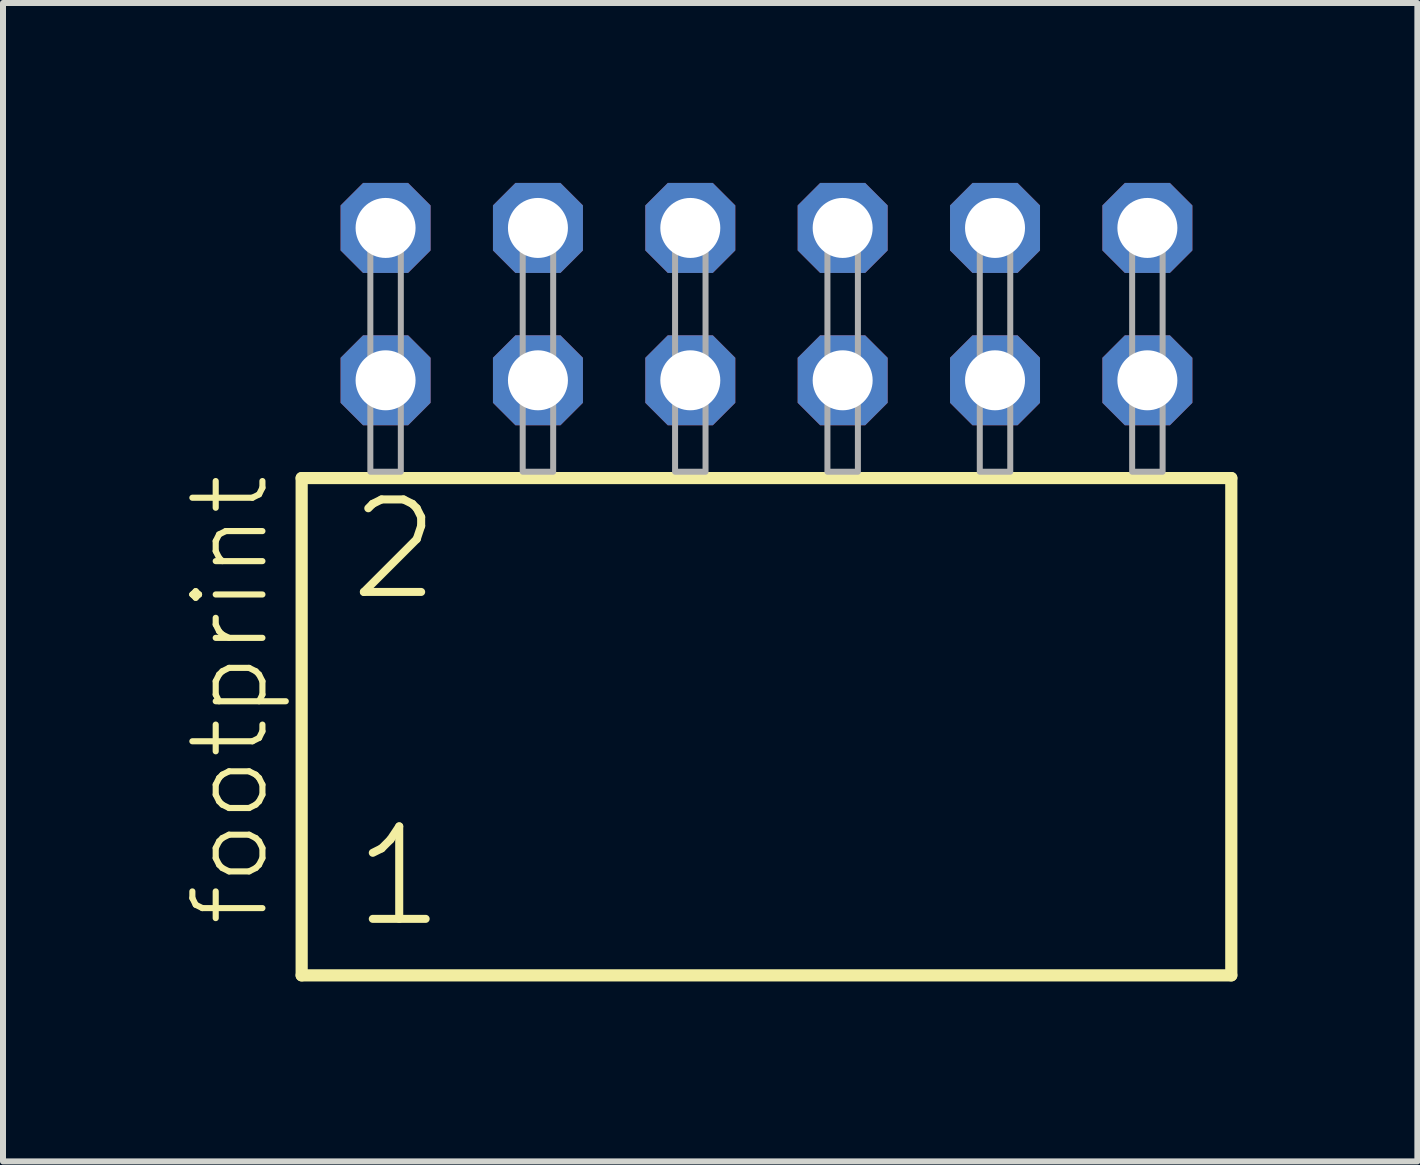
<source format=kicad_pcb>
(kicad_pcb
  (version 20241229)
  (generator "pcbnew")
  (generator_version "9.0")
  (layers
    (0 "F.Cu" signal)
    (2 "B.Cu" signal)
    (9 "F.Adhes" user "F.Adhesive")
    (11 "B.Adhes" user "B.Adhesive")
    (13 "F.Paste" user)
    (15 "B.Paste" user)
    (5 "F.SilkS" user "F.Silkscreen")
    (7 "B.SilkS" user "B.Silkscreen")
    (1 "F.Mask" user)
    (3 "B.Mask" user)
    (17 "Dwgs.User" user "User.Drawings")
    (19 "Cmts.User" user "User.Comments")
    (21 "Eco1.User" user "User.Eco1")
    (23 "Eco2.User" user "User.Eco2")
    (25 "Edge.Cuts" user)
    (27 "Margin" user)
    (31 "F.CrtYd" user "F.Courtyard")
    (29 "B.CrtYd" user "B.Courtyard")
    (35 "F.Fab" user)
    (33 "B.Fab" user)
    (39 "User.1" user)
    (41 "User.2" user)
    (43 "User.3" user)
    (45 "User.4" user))
  (footprint "footprint"
    (layer "F.Cu")
    (at 9.728 4.814)
    (property "Reference" "footprint" (at -8.255 7.62 90) (layer "F.SilkS") (effects (font (size 1.168 1.168) (thickness 0.102)) (justify left bottom)))
    (fp_line (start -7.749 0.106) (end -7.749 8.396) (stroke (width 0.203) (type solid)) (layer "F.SilkS"))
    (fp_line (start -7.749 8.396) (end 7.749 8.396) (stroke (width 0.203) (type solid)) (layer "F.SilkS"))
    (fp_line (start 7.749 0.106) (end -7.749 0.106) (stroke (width 0.203) (type solid)) (layer "F.SilkS"))
    (fp_line (start 7.749 8.396) (end 7.749 0.106) (stroke (width 0.203) (type solid)) (layer "F.SilkS"))
    (fp_poly (pts (xy -6.604 0) (xy -6.096 0) (xy -6.096 -4.318) (xy -6.604 -4.318)) (stroke (width 0.1) (type solid)) (fill no) (layer "F.Fab"))
    (fp_poly (pts (xy -4.064 0) (xy -3.556 0) (xy -3.556 -4.318) (xy -4.064 -4.318)) (stroke (width 0.1) (type solid)) (fill no) (layer "F.Fab"))
    (fp_poly (pts (xy -1.524 0) (xy -1.016 0) (xy -1.016 -4.318) (xy -1.524 -4.318)) (stroke (width 0.1) (type solid)) (fill no) (layer "F.Fab"))
    (fp_poly (pts (xy 1.016 0) (xy 1.524 0) (xy 1.524 -4.318) (xy 1.016 -4.318)) (stroke (width 0.1) (type solid)) (fill no) (layer "F.Fab"))
    (fp_poly (pts (xy 3.556 0) (xy 4.064 0) (xy 4.064 -4.318) (xy 3.556 -4.318)) (stroke (width 0.1) (type solid)) (fill no) (layer "F.Fab"))
    (fp_poly (pts (xy 6.096 0) (xy 6.604 0) (xy 6.604 -4.318) (xy 6.096 -4.318)) (stroke (width 0.1) (type solid)) (fill no) (layer "F.Fab"))
    (fp_text user "2" (at -7.02 2.2 0) (layer "F.SilkS") (effects (font (size 1.542 1.542) (thickness 0.134)) (justify left bottom)))
    (fp_text user "1" (at -6.945 7.65 0) (layer "F.SilkS") (effects (font (size 1.542 1.542) (thickness 0.134)) (justify left bottom)))
    (pad "1" thru_hole roundrect (at -6.35 -1.524) (size 1.5 1.5) (drill 1) (layers "*.Cu" "*.Mask") (roundrect_rratio 0.25) (chamfer_ratio 0.25) (chamfer top_left top_right bottom_left bottom_right))
    (pad "2" thru_hole roundrect (at -6.35 -4.064) (size 1.5 1.5) (drill 1) (layers "*.Cu" "*.Mask") (roundrect_rratio 0.25) (chamfer_ratio 0.25) (chamfer top_left top_right bottom_left bottom_right))
    (pad "3" thru_hole roundrect (at -3.81 -1.524) (size 1.5 1.5) (drill 1) (layers "*.Cu" "*.Mask") (roundrect_rratio 0.25) (chamfer_ratio 0.25) (chamfer top_left top_right bottom_left bottom_right))
    (pad "4" thru_hole roundrect (at -3.81 -4.064) (size 1.5 1.5) (drill 1) (layers "*.Cu" "*.Mask") (roundrect_rratio 0.25) (chamfer_ratio 0.25) (chamfer top_left top_right bottom_left bottom_right))
    (pad "5" thru_hole roundrect (at -1.27 -1.524) (size 1.5 1.5) (drill 1) (layers "*.Cu" "*.Mask") (roundrect_rratio 0.25) (chamfer_ratio 0.25) (chamfer top_left top_right bottom_left bottom_right))
    (pad "6" thru_hole roundrect (at -1.27 -4.064) (size 1.5 1.5) (drill 1) (layers "*.Cu" "*.Mask") (roundrect_rratio 0.25) (chamfer_ratio 0.25) (chamfer top_left top_right bottom_left bottom_right))
    (pad "7" thru_hole roundrect (at 1.27 -1.524) (size 1.5 1.5) (drill 1) (layers "*.Cu" "*.Mask") (roundrect_rratio 0.25) (chamfer_ratio 0.25) (chamfer top_left top_right bottom_left bottom_right))
    (pad "8" thru_hole roundrect (at 1.27 -4.064) (size 1.5 1.5) (drill 1) (layers "*.Cu" "*.Mask") (roundrect_rratio 0.25) (chamfer_ratio 0.25) (chamfer top_left top_right bottom_left bottom_right))
    (pad "9" thru_hole roundrect (at 3.81 -1.524) (size 1.5 1.5) (drill 1) (layers "*.Cu" "*.Mask") (roundrect_rratio 0.25) (chamfer_ratio 0.25) (chamfer top_left top_right bottom_left bottom_right))
    (pad "10" thru_hole roundrect (at 3.81 -4.064) (size 1.5 1.5) (drill 1) (layers "*.Cu" "*.Mask") (roundrect_rratio 0.25) (chamfer_ratio 0.25) (chamfer top_left top_right bottom_left bottom_right))
    (pad "11" thru_hole roundrect (at 6.35 -1.524) (size 1.5 1.5) (drill 1) (layers "*.Cu" "*.Mask") (roundrect_rratio 0.25) (chamfer_ratio 0.25) (chamfer top_left top_right bottom_left bottom_right))
    (pad "12" thru_hole roundrect (at 6.35 -4.064) (size 1.5 1.5) (drill 1) (layers "*.Cu" "*.Mask") (roundrect_rratio 0.25) (chamfer_ratio 0.25) (chamfer top_left top_right bottom_left bottom_right)))
  (gr_rect
    (start -3 -3)
    (end 20.579 16.312)
    (stroke (width 0.1) (type default))
    (fill no)
    (layer "Edge.Cuts")))
</source>
